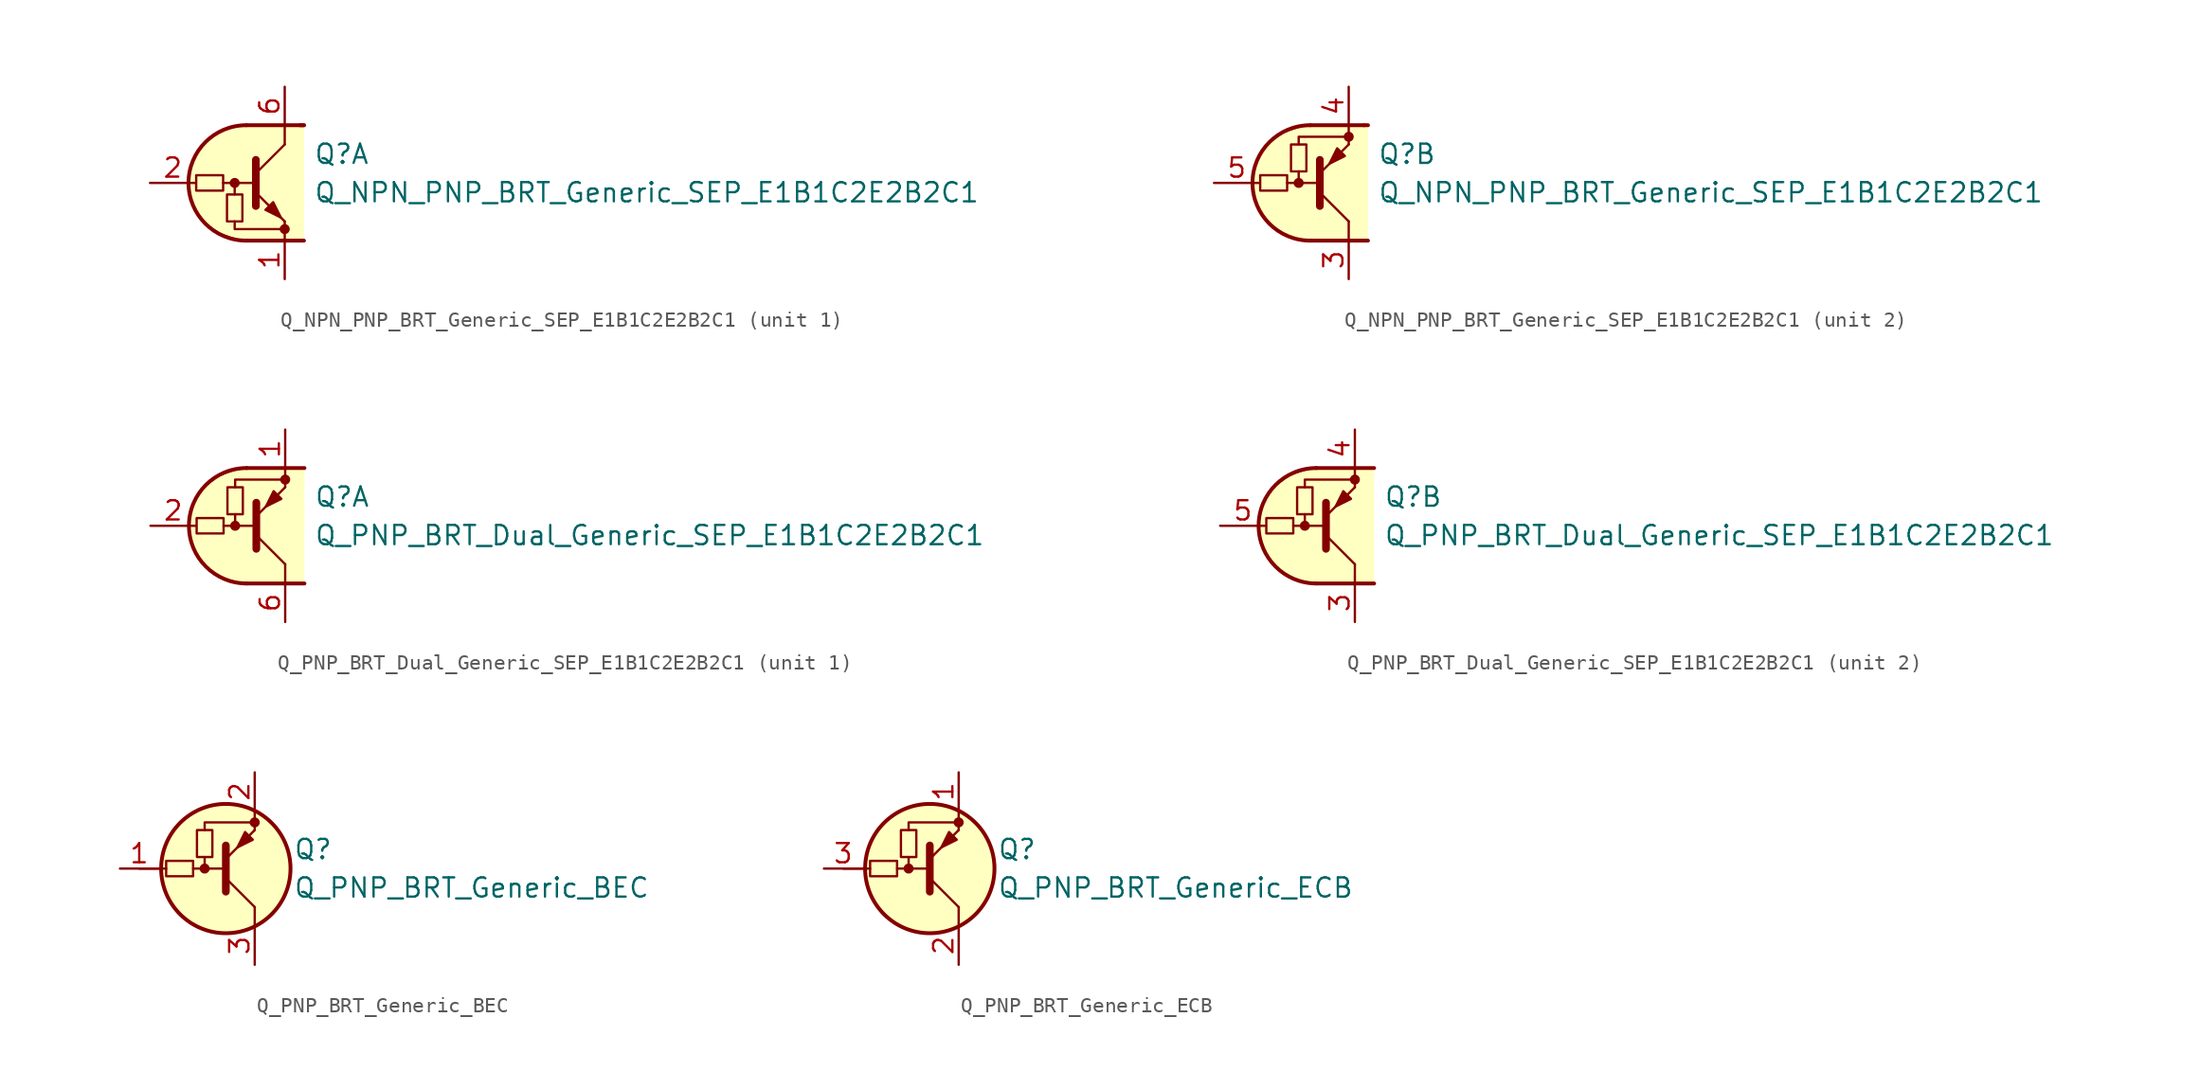
<source format=kicad_sym>
(kicad_symbol_lib
  (version 20211014)
  (generator kicad_symbol_editor)
  (symbol "Q_NPN_PNP_BRT_Generic_SEP_E1B1C2E2B2C1"
    (pin_names
      (offset 1.016) hide)
    (property "Reference" "Q"
      (at 3.175 1.905 0)
      (effects (font (size 1.27 1.27)) (justify left)))
    (property "Value" "Q_NPN_PNP_BRT_Generic_SEP_E1B1C2E2B2C1"
      (at 3.175 -0.635 0)
      (effects (font (size 1.27 1.27)) (justify left)))
    (property "ki_locked" ""
      (at 0 0 0)
      (effects (font (size 1.27 1.27))))
    (symbol "Q_NPN_PNP_BRT_Generic_SEP_E1B1C2E2B2C1_0_1"
      (polyline (pts (xy 2.286 3.81) (xy 2.54 3.81)) (stroke (width 0.254) (type default) (color 0 0 0 0)) (fill (type none))))
    (symbol "Q_NPN_PNP_BRT_Generic_SEP_E1B1C2E2B2C1_1_1"
      (rectangle (start -4.572 0.508) (end -2.794 -0.508) (stroke (width 0) (type default) (color 0 0 0 0)) (fill (type none)))
      (rectangle (start -2.54 -2.54) (end -1.524 -0.762) (stroke (width 0) (type default) (color 0 0 0 0)) (fill (type none)))
      (circle (center -2.032 0) (radius 0.254) (stroke (width 0) (type default) (color 0 0 0 0)) (fill (type outline)))
      (arc (start -1.27 3.81) (mid -5.08 0) (end -1.27 -3.81) (stroke (width 0.254) (type default) (color 0 0 0 0)) (fill (type none)))
      (polyline (pts (xy -2.794 0) (xy -0.635 0)) (stroke (width 0) (type default) (color 0 0 0 0)) (fill (type none)))
      (polyline (pts (xy -2.032 -0.762) (xy -2.032 0)) (stroke (width 0) (type default) (color 0 0 0 0)) (fill (type none)))
      (polyline (pts (xy -1.27 -3.81) (xy 2.54 -3.81)) (stroke (width 0.254) (type default) (color 0 0 0 0)) (fill (type none)))
      (polyline (pts (xy -1.27 3.81) (xy 2.54 3.81)) (stroke (width 0.254) (type default) (color 0 0 0 0)) (fill (type none)))
      (polyline (pts (xy -0.635 0.635) (xy 1.27 2.54)) (stroke (width 0) (type default) (color 0 0 0 0)) (fill (type none)))
      (polyline (pts (xy -0.635 1.524) (xy -0.635 -1.524)) (stroke (width 0.508) (type default) (color 0 0 0 0)) (fill (type none)))
      (polyline (pts (xy 1.27 -3.81) (xy 1.27 -2.54)) (stroke (width 0) (type default) (color 0 0 0 0)) (fill (type none)))
      (polyline (pts (xy 1.27 2.54) (xy 1.27 3.81)) (stroke (width 0) (type default) (color 0 0 0 0)) (fill (type none)))
      (polyline (pts (xy -2.032 -2.54) (xy -2.032 -3.048) (xy 1.27 -3.048)) (stroke (width 0) (type default) (color 0 0 0 0)) (fill (type none)))
      (polyline (pts (xy -0.635 -0.635) (xy 1.27 -2.54) (xy 1.27 -2.54)) (stroke (width 0) (type default) (color 0 0 0 0)) (fill (type none)))
      (polyline (pts (xy 0 -1.778) (xy 0.508 -1.27) (xy 1.016 -2.286) (xy 0 -1.778) (xy 0 -1.778)) (stroke (width 0) (type default) (color 0 0 0 0)) (fill (type outline)))
      (polyline (pts (xy 2.54 3.81) (xy -1.524 3.81) (xy -3.302 3.302) (xy -4.064 2.54) (xy -4.826 1.524) (xy -5.08 0) (xy -4.826 -1.524) (xy -4.064 -2.54) (xy -3.048 -3.302) (xy -1.524 -3.81) (xy 2.54 -3.81)) (stroke (width 0.025) (type default) (color 0 0 0 0)) (fill (type background)))
      (circle (center 1.27 -3.048) (radius 0.254) (stroke (width 0) (type default) (color 0 0 0 0)) (fill (type outline)))
      (pin passive line (at 1.27 -6.35 90) (length 2.54) (name "E1" (effects (font (size 1.27 1.27)))) (number "1" (effects (font (size 1.27 1.27)))))
      (pin input line (at -7.62 0 0) (length 3) (name "B1" (effects (font (size 1.27 1.27)))) (number "2" (effects (font (size 1.27 1.27)))))
      (pin passive line (at 1.27 6.35 270) (length 2.54) (name "C1" (effects (font (size 1.27 1.27)))) (number "6" (effects (font (size 1.27 1.27))))))
    (symbol "Q_NPN_PNP_BRT_Generic_SEP_E1B1C2E2B2C1_2_1"
      (rectangle (start -2.794 0.508) (end -4.572 -0.508) (stroke (width 0) (type default) (color 0 0 0 0)) (fill (type none)))
      (circle (center -2.032 0) (radius 0.254) (stroke (width 0) (type default) (color 0 0 0 0)) (fill (type outline)))
      (rectangle (start -1.524 0.762) (end -2.54 2.54) (stroke (width 0) (type default) (color 0 0 0 0)) (fill (type none)))
      (arc (start -1.27 3.81) (mid -5.08 0) (end -1.27 -3.81) (stroke (width 0.254) (type default) (color 0 0 0 0)) (fill (type none)))
      (polyline (pts (xy -2.794 0) (xy -0.635 0)) (stroke (width 0) (type default) (color 0 0 0 0)) (fill (type none)))
      (polyline (pts (xy -2.032 0.762) (xy -2.032 0)) (stroke (width 0) (type default) (color 0 0 0 0)) (fill (type none)))
      (polyline (pts (xy -1.27 -3.81) (xy 2.54 -3.81)) (stroke (width 0.254) (type default) (color 0 0 0 0)) (fill (type none)))
      (polyline (pts (xy -1.27 3.81) (xy 2.286 3.81)) (stroke (width 0.254) (type default) (color 0 0 0 0)) (fill (type none)))
      (polyline (pts (xy -0.635 -1.524) (xy -0.635 1.524)) (stroke (width 0.508) (type default) (color 0 0 0 0)) (fill (type none)))
      (polyline (pts (xy -0.635 -0.635) (xy 1.27 -2.54)) (stroke (width 0) (type default) (color 0 0 0 0)) (fill (type none)))
      (polyline (pts (xy 1.27 -2.54) (xy 1.27 -3.81)) (stroke (width 0) (type default) (color 0 0 0 0)) (fill (type none)))
      (polyline (pts (xy 1.27 3.81) (xy 1.27 2.54)) (stroke (width 0) (type default) (color 0 0 0 0)) (fill (type none)))
      (polyline (pts (xy -2.032 2.54) (xy -2.032 3.048) (xy 1.27 3.048)) (stroke (width 0) (type default) (color 0 0 0 0)) (fill (type none)))
      (polyline (pts (xy -0.635 0.635) (xy 1.27 2.54) (xy 1.27 2.54)) (stroke (width 0) (type default) (color 0 0 0 0)) (fill (type none)))
      (polyline (pts (xy 1.016 1.778) (xy 0.508 2.286) (xy 0 1.27) (xy 1.016 1.778) (xy 1.016 1.778)) (stroke (width 0) (type default) (color 0 0 0 0)) (fill (type outline)))
      (polyline (pts (xy 2.54 -3.81) (xy -1.524 -3.81) (xy -3.302 -3.302) (xy -4.064 -2.54) (xy -4.826 -1.524) (xy -5.08 0) (xy -4.826 1.524) (xy -4.064 2.54) (xy -3.048 3.302) (xy -1.524 3.81) (xy 2.54 3.81)) (stroke (width 0.025) (type default) (color 0 0 0 0)) (fill (type background)))
      (circle (center 1.27 3.048) (radius 0.254) (stroke (width 0) (type default) (color 0 0 0 0)) (fill (type outline)))
      (pin passive line (at 1.27 -6.35 90) (length 2.54) (name "C2" (effects (font (size 1.27 1.27)))) (number "3" (effects (font (size 1.27 1.27)))))
      (pin passive line (at 1.27 6.35 270) (length 2.54) (name "E2" (effects (font (size 1.27 1.27)))) (number "4" (effects (font (size 1.27 1.27)))))
      (pin input line (at -7.62 0 0) (length 3) (name "B2" (effects (font (size 1.27 1.27)))) (number "5" (effects (font (size 1.27 1.27)))))))
  (symbol "Q_PNP_BRT_Dual_Generic_SEP_E1B1C2E2B2C1"
    (pin_names
      (offset 1.016) hide)
    (property "Reference" "Q"
      (at 3.175 1.905 0)
      (effects (font (size 1.27 1.27)) (justify left)))
    (property "Value" "Q_PNP_BRT_Dual_Generic_SEP_E1B1C2E2B2C1"
      (at 3.175 -0.635 0)
      (effects (font (size 1.27 1.27)) (justify left)))
    (property "ki_locked" ""
      (at 0 0 0)
      (effects (font (size 1.27 1.27))))
    (symbol "Q_PNP_BRT_Dual_Generic_SEP_E1B1C2E2B2C1_1_1"
      (rectangle (start -2.794 0.508) (end -4.572 -0.508) (stroke (width 0) (type default) (color 0 0 0 0)) (fill (type none)))
      (circle (center -2.032 0) (radius 0.254) (stroke (width 0) (type default) (color 0 0 0 0)) (fill (type outline)))
      (rectangle (start -1.524 0.762) (end -2.54 2.54) (stroke (width 0) (type default) (color 0 0 0 0)) (fill (type none)))
      (arc (start -1.27 3.81) (mid -5.08 0) (end -1.27 -3.81) (stroke (width 0.254) (type default) (color 0 0 0 0)) (fill (type none)))
      (polyline (pts (xy -2.794 0) (xy -0.635 0)) (stroke (width 0) (type default) (color 0 0 0 0)) (fill (type none)))
      (polyline (pts (xy -2.032 0.762) (xy -2.032 0)) (stroke (width 0) (type default) (color 0 0 0 0)) (fill (type none)))
      (polyline (pts (xy -1.27 -3.81) (xy 2.54 -3.81)) (stroke (width 0.254) (type default) (color 0 0 0 0)) (fill (type none)))
      (polyline (pts (xy -1.27 3.81) (xy 2.54 3.81)) (stroke (width 0.254) (type default) (color 0 0 0 0)) (fill (type none)))
      (polyline (pts (xy -0.635 -1.524) (xy -0.635 1.524)) (stroke (width 0.508) (type default) (color 0 0 0 0)) (fill (type none)))
      (polyline (pts (xy -0.635 -0.635) (xy 1.27 -2.54)) (stroke (width 0) (type default) (color 0 0 0 0)) (fill (type none)))
      (polyline (pts (xy 1.27 -2.54) (xy 1.27 -3.81)) (stroke (width 0) (type default) (color 0 0 0 0)) (fill (type none)))
      (polyline (pts (xy 1.27 3.81) (xy 1.27 2.54)) (stroke (width 0) (type default) (color 0 0 0 0)) (fill (type none)))
      (polyline (pts (xy -2.032 2.54) (xy -2.032 3.048) (xy 1.27 3.048)) (stroke (width 0) (type default) (color 0 0 0 0)) (fill (type none)))
      (polyline (pts (xy -0.635 0.635) (xy 1.27 2.54) (xy 1.27 2.54)) (stroke (width 0) (type default) (color 0 0 0 0)) (fill (type none)))
      (polyline (pts (xy 1.016 1.778) (xy 0.508 2.286) (xy 0 1.27) (xy 1.016 1.778) (xy 1.016 1.778)) (stroke (width 0) (type default) (color 0 0 0 0)) (fill (type outline)))
      (polyline (pts (xy 2.54 -3.81) (xy -1.524 -3.81) (xy -3.302 -3.302) (xy -4.064 -2.54) (xy -4.826 -1.524) (xy -5.08 0) (xy -4.826 1.524) (xy -4.064 2.54) (xy -3.048 3.302) (xy -1.524 3.81) (xy 2.54 3.81)) (stroke (width 0.025) (type default) (color 0 0 0 0)) (fill (type background)))
      (circle (center 1.27 3.048) (radius 0.254) (stroke (width 0) (type default) (color 0 0 0 0)) (fill (type outline)))
      (pin passive line (at 1.27 6.35 270) (length 2.54) (name "E1" (effects (font (size 1.27 1.27)))) (number "1" (effects (font (size 1.27 1.27)))))
      (pin input line (at -7.62 0 0) (length 3) (name "B1" (effects (font (size 1.27 1.27)))) (number "2" (effects (font (size 1.27 1.27)))))
      (pin passive line (at 1.27 -6.35 90) (length 2.54) (name "C1" (effects (font (size 1.27 1.27)))) (number "6" (effects (font (size 1.27 1.27))))))
    (symbol "Q_PNP_BRT_Dual_Generic_SEP_E1B1C2E2B2C1_2_1"
      (rectangle (start -2.794 0.508) (end -4.572 -0.508) (stroke (width 0) (type default) (color 0 0 0 0)) (fill (type none)))
      (circle (center -2.032 0) (radius 0.254) (stroke (width 0) (type default) (color 0 0 0 0)) (fill (type outline)))
      (rectangle (start -1.524 0.762) (end -2.54 2.54) (stroke (width 0) (type default) (color 0 0 0 0)) (fill (type none)))
      (arc (start -1.27 3.81) (mid -5.08 0) (end -1.27 -3.81) (stroke (width 0.254) (type default) (color 0 0 0 0)) (fill (type none)))
      (polyline (pts (xy -2.794 0) (xy -0.635 0)) (stroke (width 0) (type default) (color 0 0 0 0)) (fill (type none)))
      (polyline (pts (xy -2.032 0.762) (xy -2.032 0)) (stroke (width 0) (type default) (color 0 0 0 0)) (fill (type none)))
      (polyline (pts (xy -1.27 -3.81) (xy 2.54 -3.81)) (stroke (width 0.254) (type default) (color 0 0 0 0)) (fill (type none)))
      (polyline (pts (xy -1.27 3.81) (xy 2.54 3.81)) (stroke (width 0.254) (type default) (color 0 0 0 0)) (fill (type none)))
      (polyline (pts (xy -0.635 -1.524) (xy -0.635 1.524)) (stroke (width 0.508) (type default) (color 0 0 0 0)) (fill (type none)))
      (polyline (pts (xy -0.635 -0.635) (xy 1.27 -2.54)) (stroke (width 0) (type default) (color 0 0 0 0)) (fill (type none)))
      (polyline (pts (xy 1.27 -2.54) (xy 1.27 -3.81)) (stroke (width 0) (type default) (color 0 0 0 0)) (fill (type none)))
      (polyline (pts (xy 1.27 3.81) (xy 1.27 2.54)) (stroke (width 0) (type default) (color 0 0 0 0)) (fill (type none)))
      (polyline (pts (xy -2.032 2.54) (xy -2.032 3.048) (xy 1.27 3.048)) (stroke (width 0) (type default) (color 0 0 0 0)) (fill (type none)))
      (polyline (pts (xy -0.635 0.635) (xy 1.27 2.54) (xy 1.27 2.54)) (stroke (width 0) (type default) (color 0 0 0 0)) (fill (type none)))
      (polyline (pts (xy 1.016 1.778) (xy 0.508 2.286) (xy 0 1.27) (xy 1.016 1.778) (xy 1.016 1.778)) (stroke (width 0) (type default) (color 0 0 0 0)) (fill (type outline)))
      (polyline (pts (xy 2.54 -3.81) (xy -1.524 -3.81) (xy -3.302 -3.302) (xy -4.064 -2.54) (xy -4.826 -1.524) (xy -5.08 0) (xy -4.826 1.524) (xy -4.064 2.54) (xy -3.048 3.302) (xy -1.524 3.81) (xy 2.54 3.81)) (stroke (width 0.025) (type default) (color 0 0 0 0)) (fill (type background)))
      (circle (center 1.27 3.048) (radius 0.254) (stroke (width 0) (type default) (color 0 0 0 0)) (fill (type outline)))
      (pin passive line (at 1.27 -6.35 90) (length 2.54) (name "C2" (effects (font (size 1.27 1.27)))) (number "3" (effects (font (size 1.27 1.27)))))
      (pin passive line (at 1.27 6.35 270) (length 2.54) (name "E2" (effects (font (size 1.27 1.27)))) (number "4" (effects (font (size 1.27 1.27)))))
      (pin input line (at -7.62 0 0) (length 3) (name "B2" (effects (font (size 1.27 1.27)))) (number "5" (effects (font (size 1.27 1.27)))))))
  (symbol "Q_PNP_BRT_Generic_BEC"
    (pin_names hide)
    (property "Reference" "Q"
      (at 3.81 1.27 0)
      (effects (font (size 1.27 1.27)) (justify left)))
    (property "Value" "Q_PNP_BRT_Generic_BEC"
      (at 3.81 -1.27 0)
      (effects (font (size 1.27 1.27)) (justify left)))
    (symbol "Q_PNP_BRT_Generic_BEC_0_1"
      (circle (center -0.635 0) (radius 4.267) (stroke (width 0.254) (type default) (color 0 0 0 0)) (fill (type background)))
      (polyline (pts (xy -4.572 0) (xy -6.35 0)) (stroke (width 0) (type default) (color 0 0 0 0)) (fill (type none)))
      (polyline (pts (xy -0.635 -1.524) (xy -0.635 1.524)) (stroke (width 0.508) (type default) (color 0 0 0 0)) (fill (type none)))
      (polyline (pts (xy 1.27 -2.54) (xy 1.27 -3.81)) (stroke (width 0) (type default) (color 0 0 0 0)) (fill (type none)))
      (polyline (pts (xy 1.27 3.81) (xy 1.27 2.54)) (stroke (width 0) (type default) (color 0 0 0 0)) (fill (type none)))
      (circle (center 1.27 3.048) (radius 0.254) (stroke (width 0) (type default) (color 0 0 0 0)) (fill (type outline))))
    (symbol "Q_PNP_BRT_Generic_BEC_1_1"
      (rectangle (start -2.794 0.508) (end -4.572 -0.508) (stroke (width 0) (type default) (color 0 0 0 0)) (fill (type none)))
      (circle (center -2.032 0) (radius 0.254) (stroke (width 0) (type default) (color 0 0 0 0)) (fill (type outline)))
      (rectangle (start -1.524 0.762) (end -2.54 2.54) (stroke (width 0) (type default) (color 0 0 0 0)) (fill (type none)))
      (polyline (pts (xy -2.794 0) (xy -0.635 0)) (stroke (width 0) (type default) (color 0 0 0 0)) (fill (type none)))
      (polyline (pts (xy -2.032 0.762) (xy -2.032 0)) (stroke (width 0) (type default) (color 0 0 0 0)) (fill (type none)))
      (polyline (pts (xy -0.635 -0.635) (xy 1.27 -2.54)) (stroke (width 0) (type default) (color 0 0 0 0)) (fill (type none)))
      (polyline (pts (xy -2.032 2.54) (xy -2.032 3.048) (xy 1.27 3.048)) (stroke (width 0) (type default) (color 0 0 0 0)) (fill (type none)))
      (polyline (pts (xy -0.635 0.635) (xy 1.27 2.54) (xy 1.27 2.54)) (stroke (width 0) (type default) (color 0 0 0 0)) (fill (type none)))
      (polyline (pts (xy 1.143 1.905) (xy 0.635 2.413) (xy 0.127 1.397) (xy 1.143 1.905) (xy 1.143 1.905)) (stroke (width 0) (type default) (color 0 0 0 0)) (fill (type outline)))
      (pin input line (at -7.62 0 0) (length 2.54) (name "B" (effects (font (size 1.27 1.27)))) (number "1" (effects (font (size 1.27 1.27)))))
      (pin passive line (at 1.27 6.35 270) (length 2.54) (name "E" (effects (font (size 1.27 1.27)))) (number "2" (effects (font (size 1.27 1.27)))))
      (pin passive line (at 1.27 -6.35 90) (length 2.54) (name "C" (effects (font (size 1.27 1.27)))) (number "3" (effects (font (size 1.27 1.27)))))))
  (symbol "Q_PNP_BRT_Generic_ECB"
    (pin_names hide)
    (property "Reference" "Q"
      (at 3.81 1.27 0)
      (effects (font (size 1.27 1.27)) (justify left)))
    (property "Value" "Q_PNP_BRT_Generic_ECB"
      (at 3.81 -1.27 0)
      (effects (font (size 1.27 1.27)) (justify left)))
    (symbol "Q_PNP_BRT_Generic_ECB_0_1"
      (circle (center -0.635 0) (radius 4.267) (stroke (width 0.254) (type default) (color 0 0 0 0)) (fill (type background)))
      (polyline (pts (xy -4.572 0) (xy -6.35 0)) (stroke (width 0) (type default) (color 0 0 0 0)) (fill (type none)))
      (polyline (pts (xy -0.635 -1.524) (xy -0.635 1.524)) (stroke (width 0.508) (type default) (color 0 0 0 0)) (fill (type none)))
      (polyline (pts (xy 1.27 -2.54) (xy 1.27 -3.81)) (stroke (width 0) (type default) (color 0 0 0 0)) (fill (type none)))
      (polyline (pts (xy 1.27 3.81) (xy 1.27 2.54)) (stroke (width 0) (type default) (color 0 0 0 0)) (fill (type none)))
      (circle (center 1.27 3.048) (radius 0.254) (stroke (width 0) (type default) (color 0 0 0 0)) (fill (type outline))))
    (symbol "Q_PNP_BRT_Generic_ECB_1_1"
      (rectangle (start -2.794 0.508) (end -4.572 -0.508) (stroke (width 0) (type default) (color 0 0 0 0)) (fill (type none)))
      (circle (center -2.032 0) (radius 0.254) (stroke (width 0) (type default) (color 0 0 0 0)) (fill (type outline)))
      (rectangle (start -1.524 0.762) (end -2.54 2.54) (stroke (width 0) (type default) (color 0 0 0 0)) (fill (type none)))
      (polyline (pts (xy -2.794 0) (xy -0.635 0)) (stroke (width 0) (type default) (color 0 0 0 0)) (fill (type none)))
      (polyline (pts (xy -2.032 0.762) (xy -2.032 0)) (stroke (width 0) (type default) (color 0 0 0 0)) (fill (type none)))
      (polyline (pts (xy -0.635 -0.635) (xy 1.27 -2.54)) (stroke (width 0) (type default) (color 0 0 0 0)) (fill (type none)))
      (polyline (pts (xy -2.032 2.54) (xy -2.032 3.048) (xy 1.27 3.048)) (stroke (width 0) (type default) (color 0 0 0 0)) (fill (type none)))
      (polyline (pts (xy -0.635 0.635) (xy 1.27 2.54) (xy 1.27 2.54)) (stroke (width 0) (type default) (color 0 0 0 0)) (fill (type none)))
      (polyline (pts (xy 1.143 1.905) (xy 0.635 2.413) (xy 0.127 1.397) (xy 1.143 1.905) (xy 1.143 1.905)) (stroke (width 0) (type default) (color 0 0 0 0)) (fill (type outline)))
      (pin passive line (at 1.27 6.35 270) (length 2.54) (name "E" (effects (font (size 1.27 1.27)))) (number "1" (effects (font (size 1.27 1.27)))))
      (pin passive line (at 1.27 -6.35 90) (length 2.54) (name "C" (effects (font (size 1.27 1.27)))) (number "2" (effects (font (size 1.27 1.27)))))
      (pin input line (at -7.62 0 0) (length 2.54) (name "B" (effects (font (size 1.27 1.27)))) (number "3" (effects (font (size 1.27 1.27))))))))
</source>
